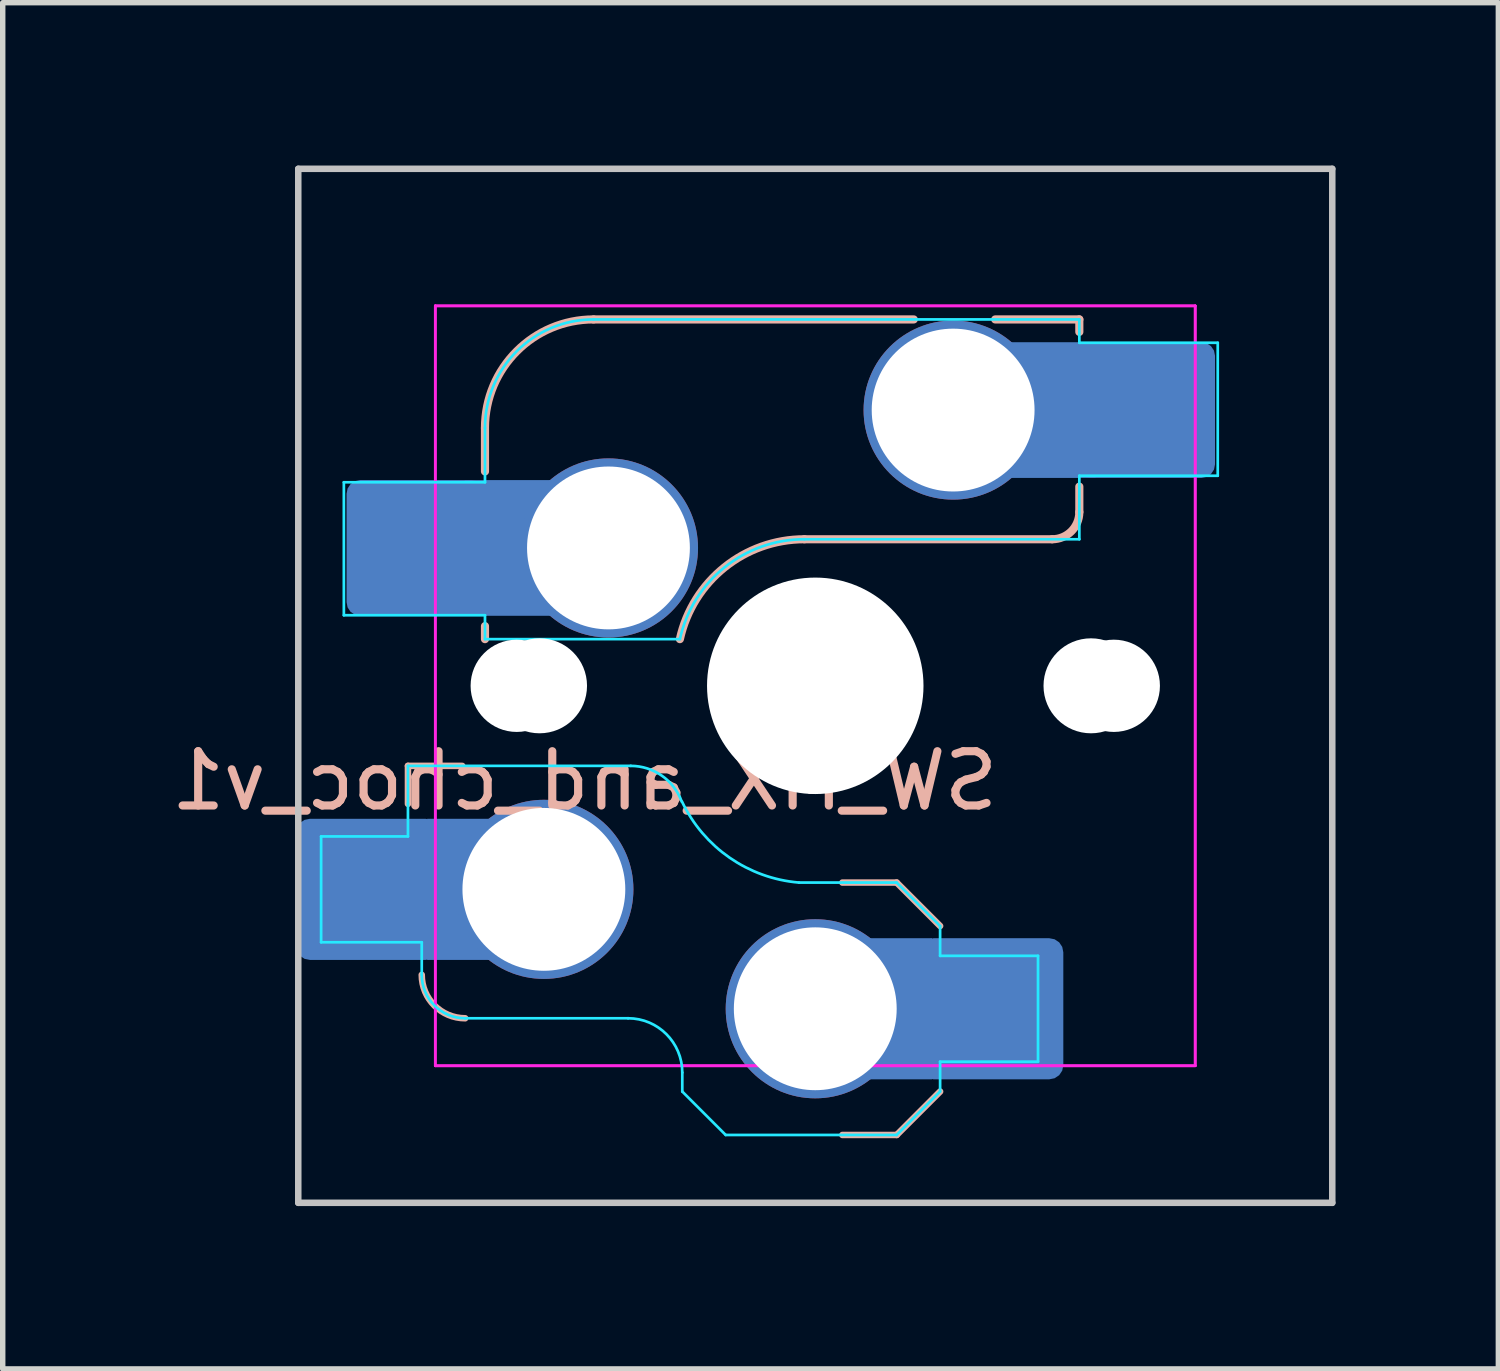
<source format=kicad_pcb>
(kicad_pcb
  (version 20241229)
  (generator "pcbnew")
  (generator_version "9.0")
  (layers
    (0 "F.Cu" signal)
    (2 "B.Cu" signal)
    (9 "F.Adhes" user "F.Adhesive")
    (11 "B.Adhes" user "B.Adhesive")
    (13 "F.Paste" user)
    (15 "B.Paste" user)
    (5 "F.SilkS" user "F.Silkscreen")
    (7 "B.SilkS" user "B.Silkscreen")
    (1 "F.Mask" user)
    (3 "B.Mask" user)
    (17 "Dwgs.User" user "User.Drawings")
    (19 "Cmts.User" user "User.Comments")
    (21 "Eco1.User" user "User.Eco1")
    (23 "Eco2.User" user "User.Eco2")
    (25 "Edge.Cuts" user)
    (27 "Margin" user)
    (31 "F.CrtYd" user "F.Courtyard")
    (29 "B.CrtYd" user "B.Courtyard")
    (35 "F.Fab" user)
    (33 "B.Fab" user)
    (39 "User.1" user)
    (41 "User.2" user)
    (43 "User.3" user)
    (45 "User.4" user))
  (footprint "SW_MX_and_choc_v1"
    (layer "F.Cu")
    (at 11.97 9.585)
    (property "Reference" "SW_MX_and_choc_v1" (at -4.25 1.75 180) (layer "B.SilkS") (effects (font (size 1 1) (thickness 0.15)) (justify mirror)))
    (attr smd)
    (fp_line (start -7.504 1.475) (end -7.504 2.175) (stroke (width 0.12) (type solid)) (layer "B.SilkS"))
    (fp_line (start -7.504 1.475) (end -6.504 1.475) (stroke (width 0.12) (type solid)) (layer "B.SilkS"))
    (fp_line (start -6.085 -3.95) (end -6.085 -4.75) (stroke (width 0.15) (type solid)) (layer "B.SilkS"))
    (fp_line (start -6.085 -1.1) (end -6.085 -0.86) (stroke (width 0.15) (type solid)) (layer "B.SilkS"))
    (fp_line (start -4.085 -6.75) (end 1.815 -6.75) (stroke (width 0.15) (type solid)) (layer "B.SilkS"))
    (fp_line (start 1.5 3.625) (end 0.5 3.625) (stroke (width 0.12) (type solid)) (layer "B.SilkS"))
    (fp_line (start 1.5 3.625) (end 2.3 4.425) (stroke (width 0.12) (type solid)) (layer "B.SilkS"))
    (fp_line (start 1.5 8.275) (end 0.5 8.275) (stroke (width 0.12) (type solid)) (layer "B.SilkS"))
    (fp_line (start 2.3 7.475) (end 1.5 8.275) (stroke (width 0.12) (type solid)) (layer "B.SilkS"))
    (fp_line (start 3.315 -6.75) (end 4.865 -6.75) (stroke (width 0.15) (type solid)) (layer "B.SilkS"))
    (fp_line (start 4.365 -2.7) (end -0.2 -2.7) (stroke (width 0.15) (type solid)) (layer "B.SilkS"))
    (fp_line (start 4.865 -6.75) (end 4.865 -6.52) (stroke (width 0.15) (type solid)) (layer "B.SilkS"))
    (fp_line (start 4.865 -3.67) (end 4.865 -3.2) (stroke (width 0.15) (type solid)) (layer "B.SilkS"))
    (fp_arc (start -6.45 6.125) (mid -7.015685 5.890685) (end -7.25 5.325) (stroke (width 0.12) (type solid)) (layer "B.SilkS"))
    (fp_arc (start -6.085176 -4.75022) (mid -5.499389 -6.164432) (end -4.085176 -6.75022) (stroke (width 0.15) (type solid)) (layer "B.SilkS"))
    (fp_arc (start -2.494322 -0.86022) (mid -1.670693 -2.183637) (end -0.2 -2.70022) (stroke (width 0.15) (type solid)) (layer "B.SilkS"))
    (fp_arc (start 4.864824 -3.20022) (mid 4.718377 -2.846667) (end 4.364824 -2.70022) (stroke (width 0.15) (type solid)) (layer "B.SilkS"))
    (fp_line (start -9.525 -9.525) (end 9.525 -9.525) (stroke (width 0.12) (type solid)) (layer "Dwgs.User"))
    (fp_line (start -9.525 9.525) (end -9.525 -9.525) (stroke (width 0.12) (type solid)) (layer "Dwgs.User"))
    (fp_line (start 9.525 -9.525) (end 9.525 9.525) (stroke (width 0.12) (type solid)) (layer "Dwgs.User"))
    (fp_line (start 9.525 9.525) (end -9.525 9.525) (stroke (width 0.12) (type solid)) (layer "Dwgs.User"))
    (fp_line (start -9.525 -9.525) (end -9.525 9.525) (stroke (width 0.12) (type solid)) (layer "Eco1.User"))
    (fp_line (start -9.525 9.525) (end 9.525 9.525) (stroke (width 0.12) (type solid)) (layer "Eco1.User"))
    (fp_line (start 9.525 -9.525) (end -9.525 -9.525) (stroke (width 0.12) (type solid)) (layer "Eco1.User"))
    (fp_line (start 9.525 9.525) (end 9.525 -9.525) (stroke (width 0.12) (type solid)) (layer "Eco1.User"))
    (fp_line (start -7 6.5) (end -7 -6.5) (stroke (width 0.05) (type solid)) (layer "Eco2.User"))
    (fp_line (start -6.95 6.45) (end -6.95 -6.45) (stroke (width 0.05) (type solid)) (layer "Eco2.User"))
    (fp_line (start -6.5 -7) (end 6.5 -7) (stroke (width 0.05) (type solid)) (layer "Eco2.User"))
    (fp_line (start -6.45 -6.95) (end 6.45 -6.95) (stroke (width 0.05) (type solid)) (layer "Eco2.User"))
    (fp_line (start 6.45 6.95) (end -6.45 6.95) (stroke (width 0.05) (type solid)) (layer "Eco2.User"))
    (fp_line (start 6.5 7) (end -6.5 7) (stroke (width 0.05) (type solid)) (layer "Eco2.User"))
    (fp_line (start 6.95 -6.45) (end 6.95 6.45) (stroke (width 0.05) (type solid)) (layer "Eco2.User"))
    (fp_line (start 7 -6.5) (end 7 6.5) (stroke (width 0.05) (type solid)) (layer "Eco2.User"))
    (fp_arc (start -7 -6.5) (mid -6.853553 -6.853553) (end -6.5 -7) (stroke (width 0.05) (type solid)) (layer "Eco2.User"))
    (fp_arc (start -6.95 -6.45) (mid -6.803553 -6.803553) (end -6.45 -6.95) (stroke (width 0.05) (type solid)) (layer "Eco2.User"))
    (fp_arc (start -6.5 7) (mid -6.853553 6.853553) (end -7 6.5) (stroke (width 0.05) (type solid)) (layer "Eco2.User"))
    (fp_arc (start -6.45 6.95) (mid -6.803553 6.803553) (end -6.95 6.45) (stroke (width 0.05) (type solid)) (layer "Eco2.User"))
    (fp_arc (start 6.45 -6.95) (mid 6.803553 -6.803553) (end 6.95 -6.45) (stroke (width 0.05) (type solid)) (layer "Eco2.User"))
    (fp_arc (start 6.5 -7) (mid 6.853553 -6.853553) (end 7 -6.5) (stroke (width 0.05) (type solid)) (layer "Eco2.User"))
    (fp_arc (start 6.95 6.45) (mid 6.803553 6.803553) (end 6.45 6.95) (stroke (width 0.05) (type solid)) (layer "Eco2.User"))
    (fp_arc (start 6.997236 6.498884) (mid 6.850789 6.852437) (end 6.497236 6.998884) (stroke (width 0.05) (type solid)) (layer "Eco2.User"))
    (fp_line (start -9.104 2.775) (end -7.504 2.775) (stroke (width 0.05) (type solid)) (layer "B.CrtYd"))
    (fp_line (start -9.104 4.725) (end -9.104 2.775) (stroke (width 0.05) (type solid)) (layer "B.CrtYd"))
    (fp_line (start -8.685 -3.75) (end -8.685 -1.3) (stroke (width 0.05) (type solid)) (layer "B.CrtYd"))
    (fp_line (start -8.685 -1.3) (end -6.085 -1.3) (stroke (width 0.05) (type solid)) (layer "B.CrtYd"))
    (fp_line (start -7.504 1.475) (end -7.504 2.175) (stroke (width 0.05) (type solid)) (layer "B.CrtYd"))
    (fp_line (start -7.504 1.475) (end -3.4 1.475) (stroke (width 0.05) (type solid)) (layer "B.CrtYd"))
    (fp_line (start -7.504 2.175) (end -7.504 2.775) (stroke (width 0.05) (type solid)) (layer "B.CrtYd"))
    (fp_line (start -7.25 4.725) (end -9.104 4.725) (stroke (width 0.05) (type solid)) (layer "B.CrtYd"))
    (fp_line (start -7.25 5.325) (end -7.25 4.725) (stroke (width 0.05) (type solid)) (layer "B.CrtYd"))
    (fp_line (start -6.085 -3.75) (end -8.685 -3.75) (stroke (width 0.05) (type solid)) (layer "B.CrtYd"))
    (fp_line (start -6.085 -3.75) (end -6.085 -4.75) (stroke (width 0.05) (type solid)) (layer "B.CrtYd"))
    (fp_line (start -6.085 -1.3) (end -6.085 -0.86) (stroke (width 0.05) (type solid)) (layer "B.CrtYd"))
    (fp_line (start -6.085 -0.86) (end -2.494 -0.86) (stroke (width 0.05) (type solid)) (layer "B.CrtYd"))
    (fp_line (start -4.085 -6.75) (end 4.865 -6.75) (stroke (width 0.05) (type solid)) (layer "B.CrtYd"))
    (fp_line (start -3.45 6.125) (end -6.45 6.125) (stroke (width 0.05) (type solid)) (layer "B.CrtYd"))
    (fp_line (start -2.45 7.475) (end -2.45 7.125) (stroke (width 0.05) (type solid)) (layer "B.CrtYd"))
    (fp_line (start -2.45 7.475) (end -1.65 8.275) (stroke (width 0.05) (type solid)) (layer "B.CrtYd"))
    (fp_line (start 1.5 3.625) (end -0.3 3.625) (stroke (width 0.05) (type solid)) (layer "B.CrtYd"))
    (fp_line (start 1.5 3.625) (end 2.3 4.425) (stroke (width 0.05) (type solid)) (layer "B.CrtYd"))
    (fp_line (start 1.5 8.275) (end -1.65 8.275) (stroke (width 0.05) (type solid)) (layer "B.CrtYd"))
    (fp_line (start 2.3 4.975) (end 2.3 4.425) (stroke (width 0.05) (type solid)) (layer "B.CrtYd"))
    (fp_line (start 2.3 7.475) (end 1.5 8.275) (stroke (width 0.05) (type solid)) (layer "B.CrtYd"))
    (fp_line (start 2.3 7.475) (end 2.3 6.925) (stroke (width 0.05) (type solid)) (layer "B.CrtYd"))
    (fp_line (start 4.104 4.975) (end 2.3 4.975) (stroke (width 0.05) (type solid)) (layer "B.CrtYd"))
    (fp_line (start 4.104 4.975) (end 4.104 6.925) (stroke (width 0.05) (type solid)) (layer "B.CrtYd"))
    (fp_line (start 4.104 6.925) (end 2.3 6.925) (stroke (width 0.05) (type solid)) (layer "B.CrtYd"))
    (fp_line (start 4.865 -6.75) (end 4.865 -6.32) (stroke (width 0.05) (type solid)) (layer "B.CrtYd"))
    (fp_line (start 4.865 -3.87) (end 4.865 -2.7) (stroke (width 0.05) (type solid)) (layer "B.CrtYd"))
    (fp_line (start 4.865 -3.87) (end 7.415 -3.87) (stroke (width 0.05) (type solid)) (layer "B.CrtYd"))
    (fp_line (start 4.865 -2.7) (end -0.2 -2.7) (stroke (width 0.05) (type solid)) (layer "B.CrtYd"))
    (fp_line (start 7.415 -6.32) (end 4.865 -6.32) (stroke (width 0.05) (type solid)) (layer "B.CrtYd"))
    (fp_line (start 7.415 -3.87) (end 7.415 -6.32) (stroke (width 0.05) (type solid)) (layer "B.CrtYd"))
    (fp_arc (start -6.45 6.125) (mid -7.015685 5.890685) (end -7.25 5.325) (stroke (width 0.05) (type solid)) (layer "B.CrtYd"))
    (fp_arc (start -6.085176 -4.75022) (mid -5.499389 -6.164432) (end -4.085176 -6.75022) (stroke (width 0.05) (type solid)) (layer "B.CrtYd"))
    (fp_arc (start -3.45 6.125) (mid -2.742893 6.417893) (end -2.45 7.125) (stroke (width 0.05) (type solid)) (layer "B.CrtYd"))
    (fp_arc (start -3.4 1.475) (mid -2.826423 1.655848) (end -2.460307 2.13298) (stroke (width 0.05) (type solid)) (layer "B.CrtYd"))
    (fp_arc (start -2.494322 -0.86022) (mid -1.670503 -2.183399) (end -0.2 -2.70022) (stroke (width 0.05) (type solid)) (layer "B.CrtYd"))
    (fp_arc (start -0.299999 3.624999) (mid -1.577272 3.167235) (end -2.455444 2.13293) (stroke (width 0.05) (type solid)) (layer "B.CrtYd"))
    (fp_line (start -7 -7) (end -7 7) (stroke (width 0.05) (type solid)) (layer "F.CrtYd"))
    (fp_line (start -7 -7) (end 7 -7) (stroke (width 0.05) (type solid)) (layer "F.CrtYd"))
    (fp_line (start -7 7) (end -7 -7) (stroke (width 0.05) (type solid)) (layer "F.CrtYd"))
    (fp_line (start -7 7) (end 7 7) (stroke (width 0.05) (type solid)) (layer "F.CrtYd"))
    (fp_line (start 7 -7) (end -7 -7) (stroke (width 0.05) (type solid)) (layer "F.CrtYd"))
    (fp_line (start 7 -7) (end 7 7) (stroke (width 0.05) (type solid)) (layer "F.CrtYd"))
    (fp_line (start 7 7) (end -7 7) (stroke (width 0.05) (type solid)) (layer "F.CrtYd"))
    (fp_line (start 7 7) (end 7 -7) (stroke (width 0.05) (type solid)) (layer "F.CrtYd"))
    (pad "" np_thru_hole circle (at -5.5 0 180) (size 1.7 1.7) (drill 1.7) (layers "*.Cu" "*.Mask"))
    (pad "" np_thru_hole circle (at -5.08 0) (size 1.75 1.75) (drill 1.75) (layers "*.Cu" "*.Mask"))
    (pad "" np_thru_hole circle (at 0 0 180) (size 3.4 3.4) (drill 3.4) (layers "*.Cu" "*.Mask"))
    (pad "" np_thru_hole circle (at 0 0) (size 3.988 3.988) (drill 3.988) (layers "*.Cu" "*.Mask"))
    (pad "" np_thru_hole circle (at 5.08 0) (size 1.75 1.75) (drill 1.75) (layers "*.Cu" "*.Mask"))
    (pad "" np_thru_hole circle (at 5.5 0 180) (size 1.7 1.7) (drill 1.7) (layers "*.Cu" "*.Mask"))
    (pad "1" smd roundrect (at -8.245 3.75) (size 2.65 2.6) (layers "B.Cu" "B.Mask" "B.Paste") (roundrect_rratio 0.1))
    (pad "1" smd roundrect (at -7.36 -2.54) (size 2.55 2.5) (layers "B.Cu" "B.Mask" "B.Paste") (roundrect_rratio 0.1))
    (pad "1" smd rect (at -6.55 3.75) (size 1.2 2.6) (layers "B.Cu"))
    (pad "1" smd rect (at -5.635 -2.54 180) (size 1.65 2.5) (layers "B.Cu"))
    (pad "1" thru_hole circle (at -5 3.75) (size 3.3 3.3) (drill 3) (layers "*.Cu" "B.Mask"))
    (pad "1" thru_hole circle (at -3.81 -2.54) (size 3.3 3.3) (drill 3) (layers "*.Cu" "*.Mask"))
    (pad "2" thru_hole circle (at 0 5.95) (size 3.3 3.3) (drill 3) (layers "*.Cu" "B.Mask"))
    (pad "2" smd rect (at 1.55 5.95 180) (size 1.2 2.6) (layers "B.Cu"))
    (pad "2" thru_hole circle (at 2.54 -5.08) (size 3.3 3.3) (drill 3) (layers "*.Cu" "*.Mask"))
    (pad "2" smd roundrect (at 3.245 5.95) (size 2.65 2.6) (layers "B.Cu" "B.Mask" "B.Paste") (roundrect_rratio 0.1))
    (pad "2" smd rect (at 4.34 -5.08) (size 1.65 2.5) (layers "B.Cu"))
    (pad "2" smd roundrect (at 6.09 -5.08) (size 2.55 2.5) (layers "B.Cu" "B.Mask" "B.Paste") (roundrect_rratio 0.1)))
  (gr_rect
    (start -3 -3)
    (end 24.555 22.17)
    (stroke (width 0.1) (type default))
    (fill no)
    (layer "Edge.Cuts")))
</source>
